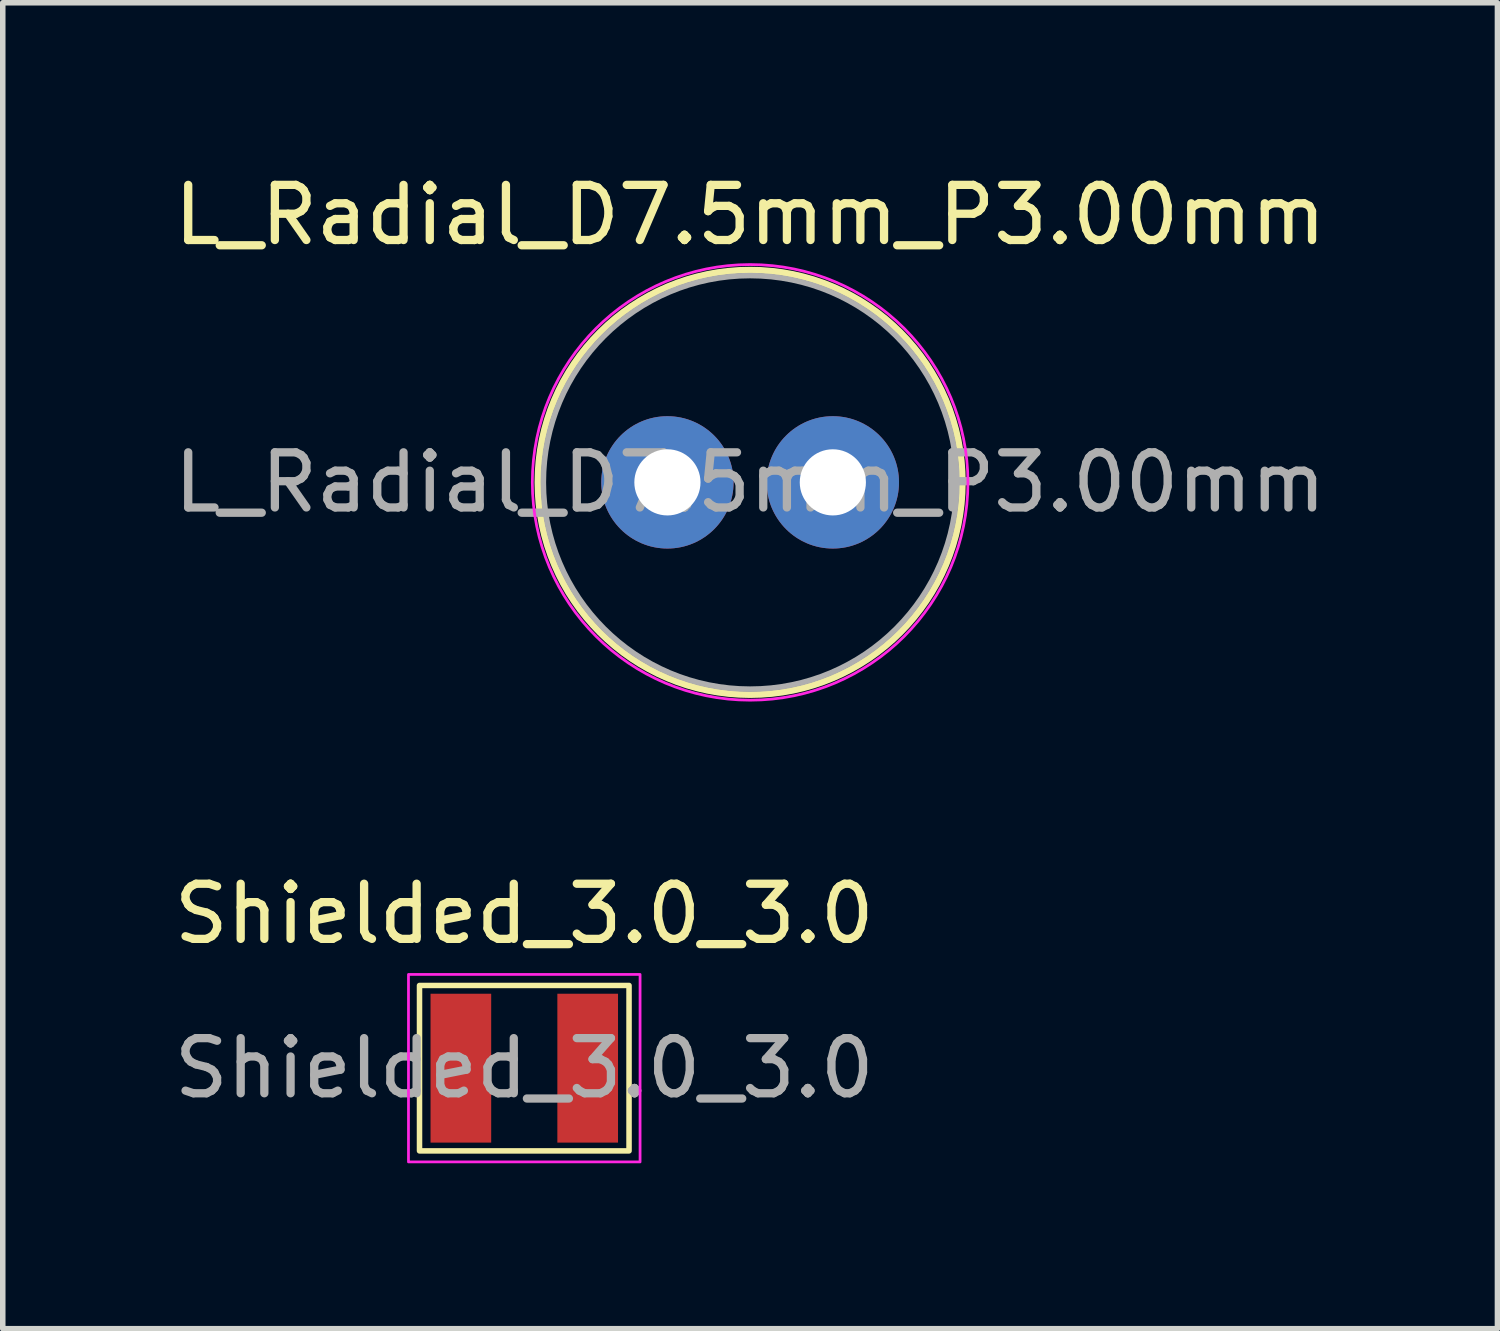
<source format=kicad_pcb>
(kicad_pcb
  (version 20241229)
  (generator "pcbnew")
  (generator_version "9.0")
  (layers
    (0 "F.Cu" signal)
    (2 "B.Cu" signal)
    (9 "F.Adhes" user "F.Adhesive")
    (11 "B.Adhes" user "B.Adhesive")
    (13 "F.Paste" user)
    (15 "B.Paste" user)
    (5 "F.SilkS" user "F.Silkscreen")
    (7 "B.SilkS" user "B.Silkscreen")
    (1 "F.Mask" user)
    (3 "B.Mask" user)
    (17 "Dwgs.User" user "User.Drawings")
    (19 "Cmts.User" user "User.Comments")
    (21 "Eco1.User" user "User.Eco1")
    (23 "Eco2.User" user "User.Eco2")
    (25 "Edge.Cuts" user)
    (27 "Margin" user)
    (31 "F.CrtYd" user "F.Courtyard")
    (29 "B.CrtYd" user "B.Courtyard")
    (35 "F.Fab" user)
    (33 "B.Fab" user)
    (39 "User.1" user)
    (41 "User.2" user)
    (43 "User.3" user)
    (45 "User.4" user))
  (footprint "L_Radial_D7.5mm_P3.00mm"
    (layer "F.Cu")
    (at 9.054 5.698)
    (property "Reference" "L_Radial_D7.5mm_P3.00mm" (at 1.5 -4.85 0) (layer "F.SilkS") (effects (font (size 1 1) (thickness 0.15))))
    (attr through_hole)
    (fp_circle (center 1.5 0) (end 5.35 0) (stroke (width 0.12) (type solid)) (fill no) (layer "F.SilkS"))
    (fp_circle (center 1.5 0) (end 5.45 0) (stroke (width 0.05) (type solid)) (fill no) (layer "F.CrtYd"))
    (fp_circle (center 1.5 0) (end 5.25 0) (stroke (width 0.1) (type solid)) (fill no) (layer "F.Fab"))
    (fp_text user "${REFERENCE}" (at 1.5 0 0) (layer "F.Fab") (effects (font (size 1 1) (thickness 0.15))))
    (pad "1" thru_hole circle (at 0 0) (size 2.4 2.4) (drill 1.2) (layers "*.Cu" "*.Mask"))
    (pad "2" thru_hole circle (at 3 0) (size 2.4 2.4) (drill 1.2) (layers "*.Cu" "*.Mask")))
  (footprint "Shielded_3.0_3.0"
    (layer "F.Cu")
    (at 6.458 16.322)
    (property "Reference" "Shielded_3.0_3.0" (at 0 -2.8 0) (layer "F.SilkS") (effects (font (size 1 1) (thickness 0.15))))
    (attr smd)
    (fp_rect (start -1.9 -1.5) (end 1.9 1.5) (stroke (width 0.1) (type default)) (fill no) (layer "F.SilkS"))
    (fp_rect (start -2.1 -1.7) (end 2.1 1.7) (stroke (width 0.05) (type default)) (fill no) (layer "F.CrtYd"))
    (fp_text user "${REFERENCE}" (at 0 0 0) (layer "F.Fab") (effects (font (size 1 1) (thickness 0.15))))
    (pad "1" smd rect (at -1.15 0) (size 1.1 2.7) (layers "F.Cu" "F.Mask" "F.Paste"))
    (pad "2" smd rect (at 1.15 0) (size 1.1 2.7) (layers "F.Cu" "F.Mask" "F.Paste")))
  (gr_rect
    (start -3 -3)
    (end 24.107 21.047)
    (stroke (width 0.1) (type default))
    (fill no)
    (layer "Edge.Cuts")))
</source>
